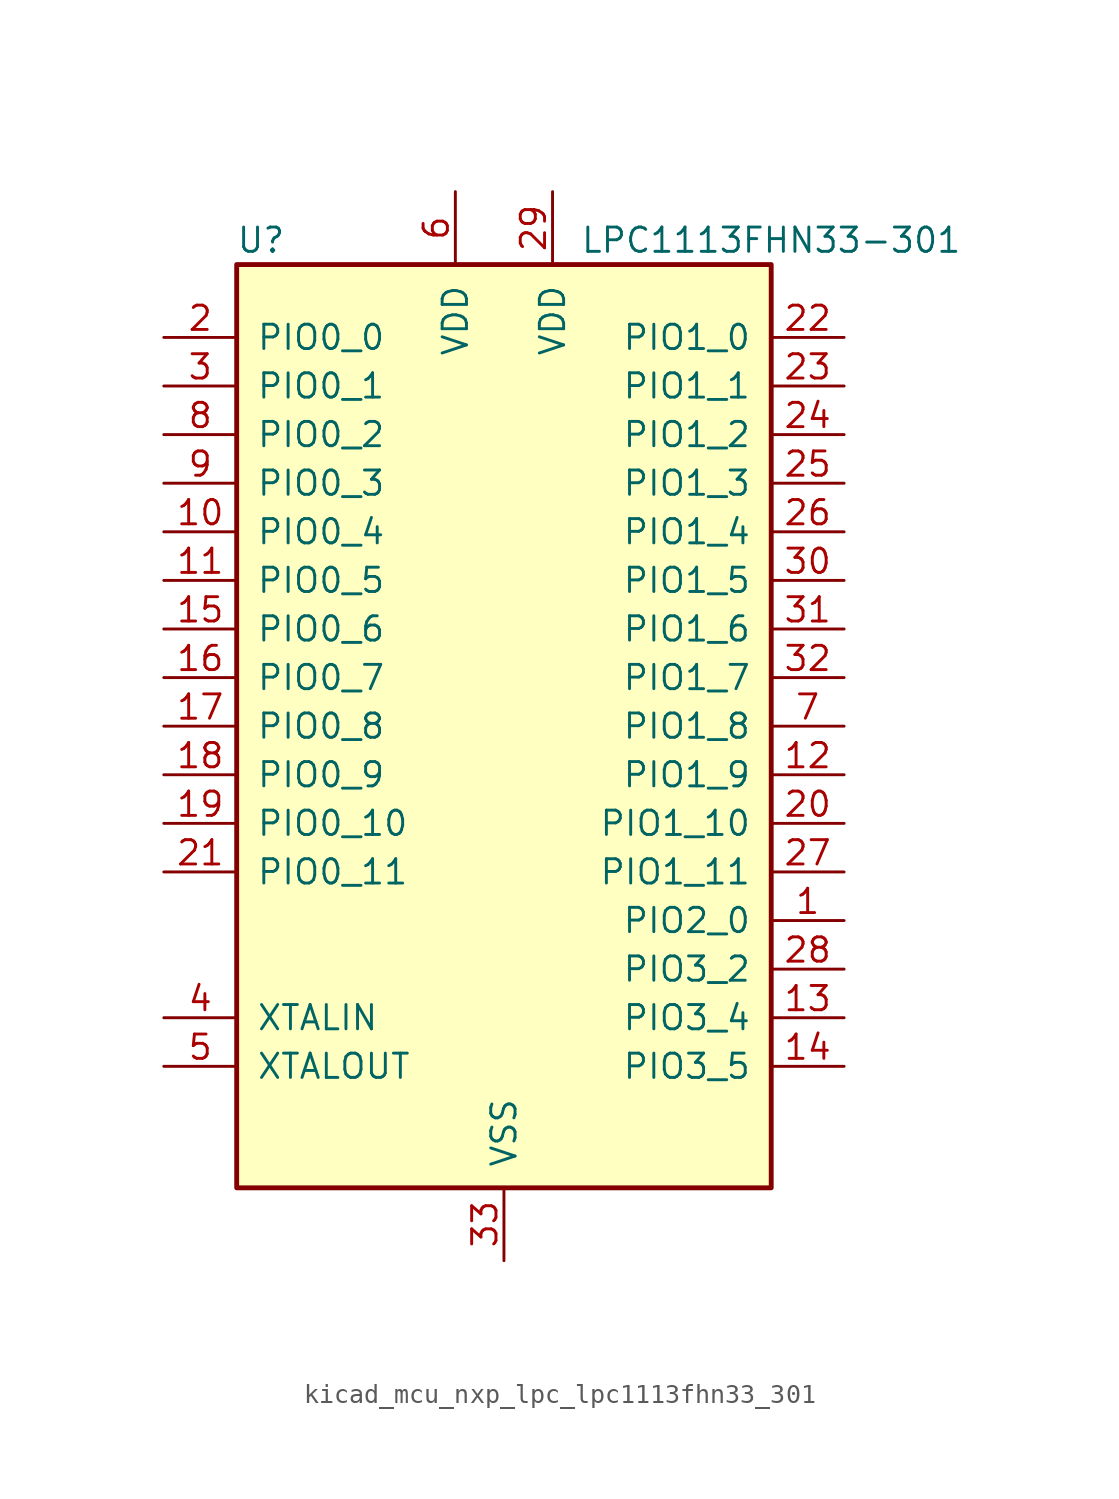
<source format=kicad_sym>
(kicad_symbol_lib
  (version 20220914)
  (generator kicad_symbol_editor)
  (symbol "kicad_mcu_nxp_lpc_lpc1113fhn33_301"
    (pin_names
      (offset 1.016))
    (property "Reference" "U"
      (at -12.7 25.4 0)
      (effects (font (size 1.27 1.27))))
    (property "Value" "LPC1113FHN33-301"
      (at 13.97 25.4 0)
      (effects (font (size 1.27 1.27))))
    (symbol "kicad_mcu_nxp_lpc_lpc1113fhn33_301_0_1"
      (rectangle (start -13.97 24.13) (end 13.97 -24.13) (stroke (width 0.254) (type default)) (fill (type background))))
    (symbol "kicad_mcu_nxp_lpc_lpc1113fhn33_301_1_1"
      (pin bidirectional line (at 17.78 -10.16 180) (length 3.81) (name "PIO2_0" (effects (font (size 1.27 1.27)))) (number "1" (effects (font (size 1.27 1.27)))))
      (pin bidirectional line (at -17.78 10.16 0) (length 3.81) (name "PIO0_4" (effects (font (size 1.27 1.27)))) (number "10" (effects (font (size 1.27 1.27)))))
      (pin bidirectional line (at -17.78 7.62 0) (length 3.81) (name "PIO0_5" (effects (font (size 1.27 1.27)))) (number "11" (effects (font (size 1.27 1.27)))))
      (pin bidirectional line (at 17.78 -2.54 180) (length 3.81) (name "PIO1_9" (effects (font (size 1.27 1.27)))) (number "12" (effects (font (size 1.27 1.27)))))
      (pin bidirectional line (at 17.78 -15.24 180) (length 3.81) (name "PIO3_4" (effects (font (size 1.27 1.27)))) (number "13" (effects (font (size 1.27 1.27)))))
      (pin bidirectional line (at 17.78 -17.78 180) (length 3.81) (name "PIO3_5" (effects (font (size 1.27 1.27)))) (number "14" (effects (font (size 1.27 1.27)))))
      (pin bidirectional line (at -17.78 5.08 0) (length 3.81) (name "PIO0_6" (effects (font (size 1.27 1.27)))) (number "15" (effects (font (size 1.27 1.27)))))
      (pin bidirectional line (at -17.78 2.54 0) (length 3.81) (name "PIO0_7" (effects (font (size 1.27 1.27)))) (number "16" (effects (font (size 1.27 1.27)))))
      (pin bidirectional line (at -17.78 0 0) (length 3.81) (name "PIO0_8" (effects (font (size 1.27 1.27)))) (number "17" (effects (font (size 1.27 1.27)))))
      (pin bidirectional line (at -17.78 -2.54 0) (length 3.81) (name "PIO0_9" (effects (font (size 1.27 1.27)))) (number "18" (effects (font (size 1.27 1.27)))))
      (pin bidirectional line (at -17.78 -5.08 0) (length 3.81) (name "PIO0_10" (effects (font (size 1.27 1.27)))) (number "19" (effects (font (size 1.27 1.27)))))
      (pin bidirectional line (at -17.78 20.32 0) (length 3.81) (name "PIO0_0" (effects (font (size 1.27 1.27)))) (number "2" (effects (font (size 1.27 1.27)))))
      (pin bidirectional line (at 17.78 -5.08 180) (length 3.81) (name "PIO1_10" (effects (font (size 1.27 1.27)))) (number "20" (effects (font (size 1.27 1.27)))))
      (pin bidirectional line (at -17.78 -7.62 0) (length 3.81) (name "PIO0_11" (effects (font (size 1.27 1.27)))) (number "21" (effects (font (size 1.27 1.27)))))
      (pin bidirectional line (at 17.78 20.32 180) (length 3.81) (name "PIO1_0" (effects (font (size 1.27 1.27)))) (number "22" (effects (font (size 1.27 1.27)))))
      (pin bidirectional line (at 17.78 17.78 180) (length 3.81) (name "PIO1_1" (effects (font (size 1.27 1.27)))) (number "23" (effects (font (size 1.27 1.27)))))
      (pin bidirectional line (at 17.78 15.24 180) (length 3.81) (name "PIO1_2" (effects (font (size 1.27 1.27)))) (number "24" (effects (font (size 1.27 1.27)))))
      (pin bidirectional line (at 17.78 12.7 180) (length 3.81) (name "PIO1_3" (effects (font (size 1.27 1.27)))) (number "25" (effects (font (size 1.27 1.27)))))
      (pin bidirectional line (at 17.78 10.16 180) (length 3.81) (name "PIO1_4" (effects (font (size 1.27 1.27)))) (number "26" (effects (font (size 1.27 1.27)))))
      (pin bidirectional line (at 17.78 -7.62 180) (length 3.81) (name "PIO1_11" (effects (font (size 1.27 1.27)))) (number "27" (effects (font (size 1.27 1.27)))))
      (pin bidirectional line (at 17.78 -12.7 180) (length 3.81) (name "PIO3_2" (effects (font (size 1.27 1.27)))) (number "28" (effects (font (size 1.27 1.27)))))
      (pin power_in line (at 2.54 27.94 270) (length 3.81) (name "VDD" (effects (font (size 1.27 1.27)))) (number "29" (effects (font (size 1.27 1.27)))))
      (pin bidirectional line (at -17.78 17.78 0) (length 3.81) (name "PIO0_1" (effects (font (size 1.27 1.27)))) (number "3" (effects (font (size 1.27 1.27)))))
      (pin bidirectional line (at 17.78 7.62 180) (length 3.81) (name "PIO1_5" (effects (font (size 1.27 1.27)))) (number "30" (effects (font (size 1.27 1.27)))))
      (pin bidirectional line (at 17.78 5.08 180) (length 3.81) (name "PIO1_6" (effects (font (size 1.27 1.27)))) (number "31" (effects (font (size 1.27 1.27)))))
      (pin bidirectional line (at 17.78 2.54 180) (length 3.81) (name "PIO1_7" (effects (font (size 1.27 1.27)))) (number "32" (effects (font (size 1.27 1.27)))))
      (pin power_in line (at 0 -27.94 90) (length 3.81) (name "VSS" (effects (font (size 1.27 1.27)))) (number "33" (effects (font (size 1.27 1.27)))))
      (pin input line (at -17.78 -15.24 0) (length 3.81) (name "XTALIN" (effects (font (size 1.27 1.27)))) (number "4" (effects (font (size 1.27 1.27)))))
      (pin output line (at -17.78 -17.78 0) (length 3.81) (name "XTALOUT" (effects (font (size 1.27 1.27)))) (number "5" (effects (font (size 1.27 1.27)))))
      (pin power_in line (at -2.54 27.94 270) (length 3.81) (name "VDD" (effects (font (size 1.27 1.27)))) (number "6" (effects (font (size 1.27 1.27)))))
      (pin bidirectional line (at 17.78 0 180) (length 3.81) (name "PIO1_8" (effects (font (size 1.27 1.27)))) (number "7" (effects (font (size 1.27 1.27)))))
      (pin bidirectional line (at -17.78 15.24 0) (length 3.81) (name "PIO0_2" (effects (font (size 1.27 1.27)))) (number "8" (effects (font (size 1.27 1.27)))))
      (pin bidirectional line (at -17.78 12.7 0) (length 3.81) (name "PIO0_3" (effects (font (size 1.27 1.27)))) (number "9" (effects (font (size 1.27 1.27))))))))
</source>
